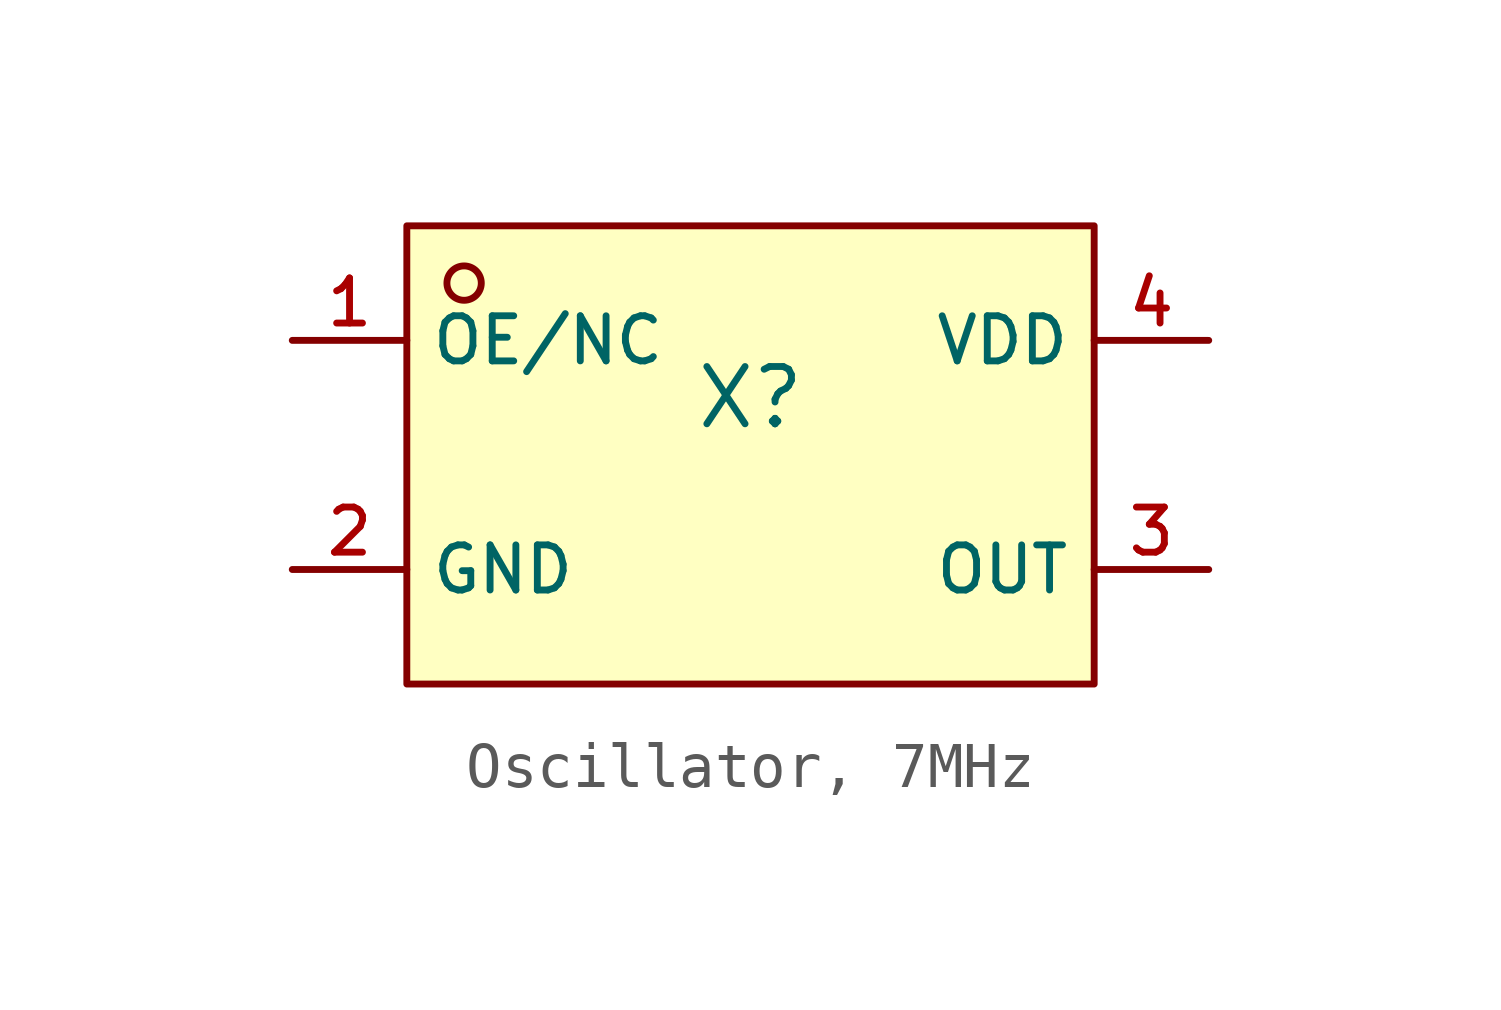
<source format=kicad_sym>
(kicad_symbol_lib
  (version 20231120)
  (generator "CDFER_Archive_Tool")
  (generator_version "0.0")
  (symbol "Oscillator, 7MHz"
    (property "Reference" "X"
      (at 0 1.27 0)
      (effects (font (size 1.27 1.27))))
    (symbol "Oscillator, 7MHz_0_1"
      (rectangle (start -7.62 5.08) (end 7.62 -5.08) (stroke (width 0) (type default)) (fill (type background)))
      (circle (center -6.35 3.81) (radius 0.381) (stroke (width 0) (type default)) (fill (type background)))
      (pin unspecified line (at -10.16 2.54 0) (length 2.54) (name "OE/NC" (effects (font (size 1 1)))) (number "1" (effects (font (size 1 1)))))
      (pin unspecified line (at -10.16 -2.54 0) (length 2.54) (name "GND" (effects (font (size 1 1)))) (number "2" (effects (font (size 1 1)))))
      (pin unspecified line (at 10.16 -2.54 180) (length 2.54) (name "OUT" (effects (font (size 1 1)))) (number "3" (effects (font (size 1 1)))))
      (pin unspecified line (at 10.16 2.54 180) (length 2.54) (name "VDD" (effects (font (size 1 1)))) (number "4" (effects (font (size 1 1))))))))
</source>
